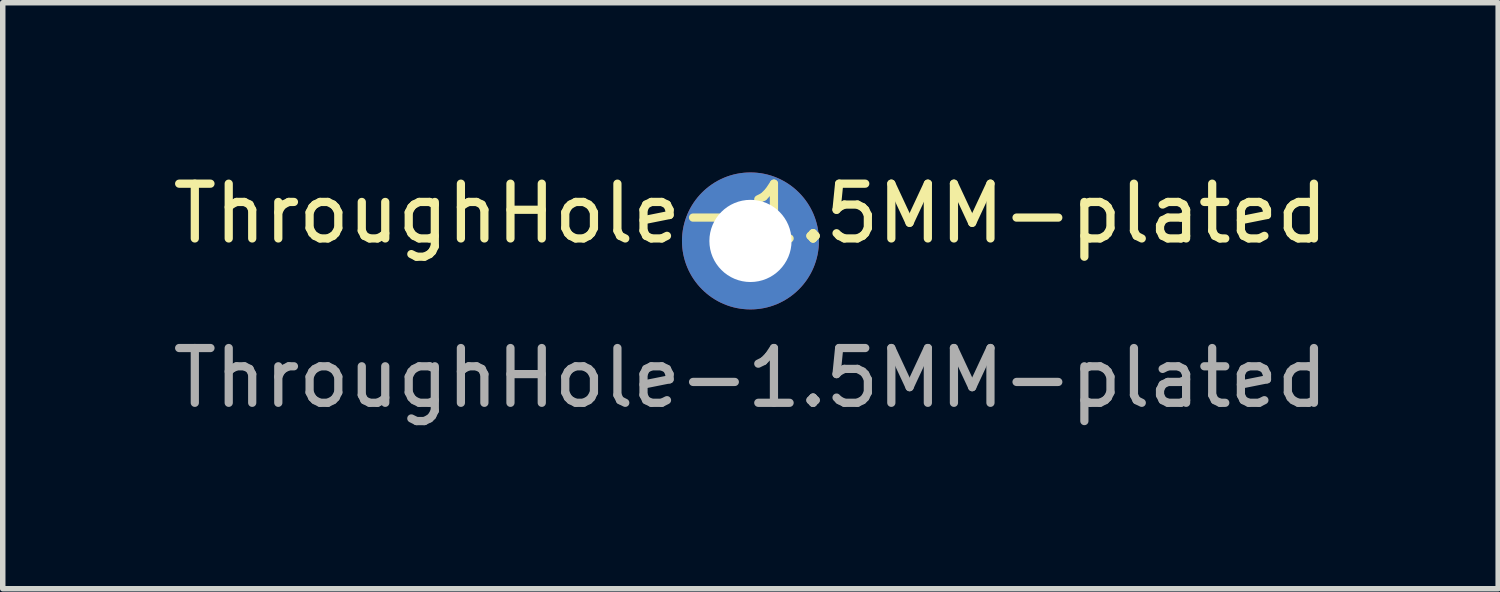
<source format=kicad_pcb>
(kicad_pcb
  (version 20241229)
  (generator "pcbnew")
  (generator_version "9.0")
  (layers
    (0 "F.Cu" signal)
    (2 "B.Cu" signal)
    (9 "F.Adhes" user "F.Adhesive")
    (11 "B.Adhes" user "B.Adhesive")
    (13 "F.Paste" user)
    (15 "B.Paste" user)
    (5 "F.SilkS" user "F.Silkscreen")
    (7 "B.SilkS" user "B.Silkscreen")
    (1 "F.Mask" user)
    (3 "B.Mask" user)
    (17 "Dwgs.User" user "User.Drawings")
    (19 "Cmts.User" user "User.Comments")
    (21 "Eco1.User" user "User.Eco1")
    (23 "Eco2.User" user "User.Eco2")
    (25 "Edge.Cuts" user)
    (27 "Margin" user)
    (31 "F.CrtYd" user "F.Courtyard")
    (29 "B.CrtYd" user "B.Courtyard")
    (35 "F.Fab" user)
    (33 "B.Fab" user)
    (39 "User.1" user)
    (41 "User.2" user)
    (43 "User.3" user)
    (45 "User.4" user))
  (footprint "ThroughHole-1.5MM-plated"
    (layer "F.Cu")
    (at 10.649 1.348)
    (property "Reference" "ThroughHole-1.5MM-plated" (at 0 -0.5 0) (unlocked yes) (layer "F.SilkS") (effects (font (size 1 1) (thickness 0.15))))
    (attr through_hole)
    (fp_text user "${REFERENCE}" (at 0 2.5 0) (unlocked yes) (layer "F.Fab") (effects (font (size 1 1) (thickness 0.15))))
    (pad "1" thru_hole circle (at 0 0) (size 2.5 2.5) (drill 1.5) (layers "*.Cu" "*.Mask")))
  (gr_rect
    (start -3 -3)
    (end 24.298 7.697)
    (stroke (width 0.1) (type default))
    (fill no)
    (layer "Edge.Cuts")))
</source>
